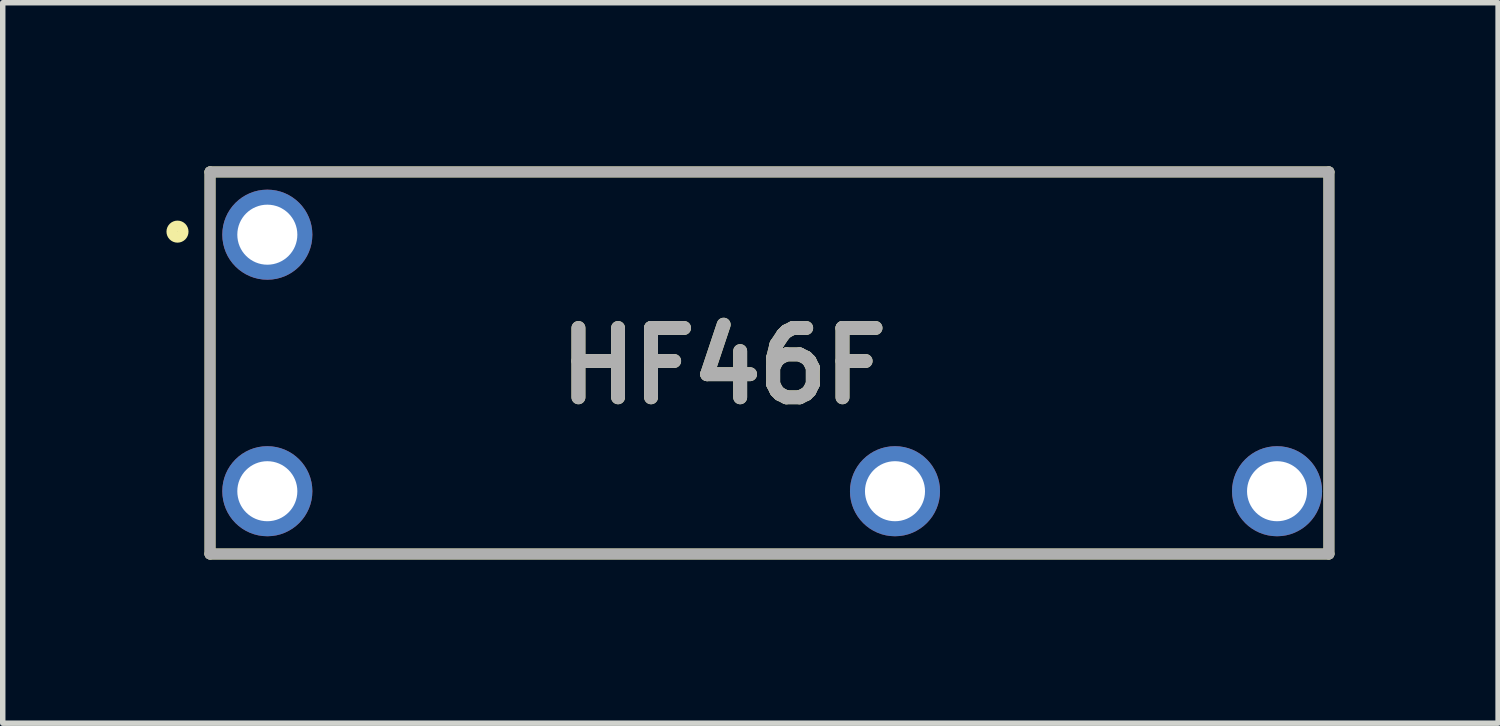
<source format=kicad_pcb>
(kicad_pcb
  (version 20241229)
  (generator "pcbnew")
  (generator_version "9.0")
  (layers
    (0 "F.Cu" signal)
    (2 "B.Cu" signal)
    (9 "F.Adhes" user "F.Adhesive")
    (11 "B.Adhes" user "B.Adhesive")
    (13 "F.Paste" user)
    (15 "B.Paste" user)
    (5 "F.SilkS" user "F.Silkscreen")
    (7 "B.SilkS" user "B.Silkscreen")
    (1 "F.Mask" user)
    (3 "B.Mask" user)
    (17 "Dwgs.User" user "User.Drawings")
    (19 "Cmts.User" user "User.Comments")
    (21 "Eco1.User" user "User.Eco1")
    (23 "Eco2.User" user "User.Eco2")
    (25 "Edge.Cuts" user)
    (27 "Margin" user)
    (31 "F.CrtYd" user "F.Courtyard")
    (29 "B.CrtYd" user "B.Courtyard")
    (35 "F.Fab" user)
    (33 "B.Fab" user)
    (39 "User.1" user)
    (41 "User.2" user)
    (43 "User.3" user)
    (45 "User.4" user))
  (footprint "HF46F"
    (layer "F.Cu")
    (at 0.798 3.6)
    (property "Reference" "HF46F" (at 9.411 0.055 0) (layer "F.SilkS") (effects (font (size 1.27 1.27) (thickness 0.254))))
    (attr through_hole)
    (fp_line (start 0 -3.5) (end 20.5 -3.5) (stroke (width 0.2) (type solid)) (layer "F.SilkS"))
    (fp_line (start 0 3.5) (end 0 -3.5) (stroke (width 0.2) (type solid)) (layer "F.SilkS"))
    (fp_line (start 20.5 -3.5) (end 20.5 3.5) (stroke (width 0.2) (type solid)) (layer "F.SilkS"))
    (fp_line (start 20.5 3.5) (end 0 3.5) (stroke (width 0.2) (type solid)) (layer "F.SilkS"))
    (fp_circle (center -0.596 -2.406) (end -0.596 -2.304) (stroke (width 0.2) (type solid)) (fill no) (layer "F.SilkS"))
    (fp_line (start 0 -3.5) (end 20.5 -3.5) (stroke (width 0.2) (type solid)) (layer "F.Fab"))
    (fp_line (start 0 3.5) (end 0 -3.5) (stroke (width 0.2) (type solid)) (layer "F.Fab"))
    (fp_line (start 20.5 -3.5) (end 20.5 3.5) (stroke (width 0.2) (type solid)) (layer "F.Fab"))
    (fp_line (start 20.5 3.5) (end 0 3.5) (stroke (width 0.2) (type solid)) (layer "F.Fab"))
    (fp_text user "${REFERENCE}" (at 9.411 0.055 0) (layer "F.Fab") (effects (font (size 1.27 1.27) (thickness 0.254))))
    (pad "1" thru_hole circle (at 1.05 -2.35) (size 1.65 1.65) (drill 1.1) (layers "*.Cu" "*.Mask"))
    (pad "2" thru_hole circle (at 1.05 2.35) (size 1.65 1.65) (drill 1.1) (layers "*.Cu" "*.Mask"))
    (pad "3" thru_hole circle (at 12.55 2.35) (size 1.65 1.65) (drill 1.1) (layers "*.Cu" "*.Mask"))
    (pad "4" thru_hole circle (at 19.55 2.35) (size 1.65 1.65) (drill 1.1) (layers "*.Cu" "*.Mask")))
  (gr_rect
    (start -3 -3)
    (end 24.398 10.2)
    (stroke (width 0.1) (type default))
    (fill no)
    (layer "Edge.Cuts")))
</source>
